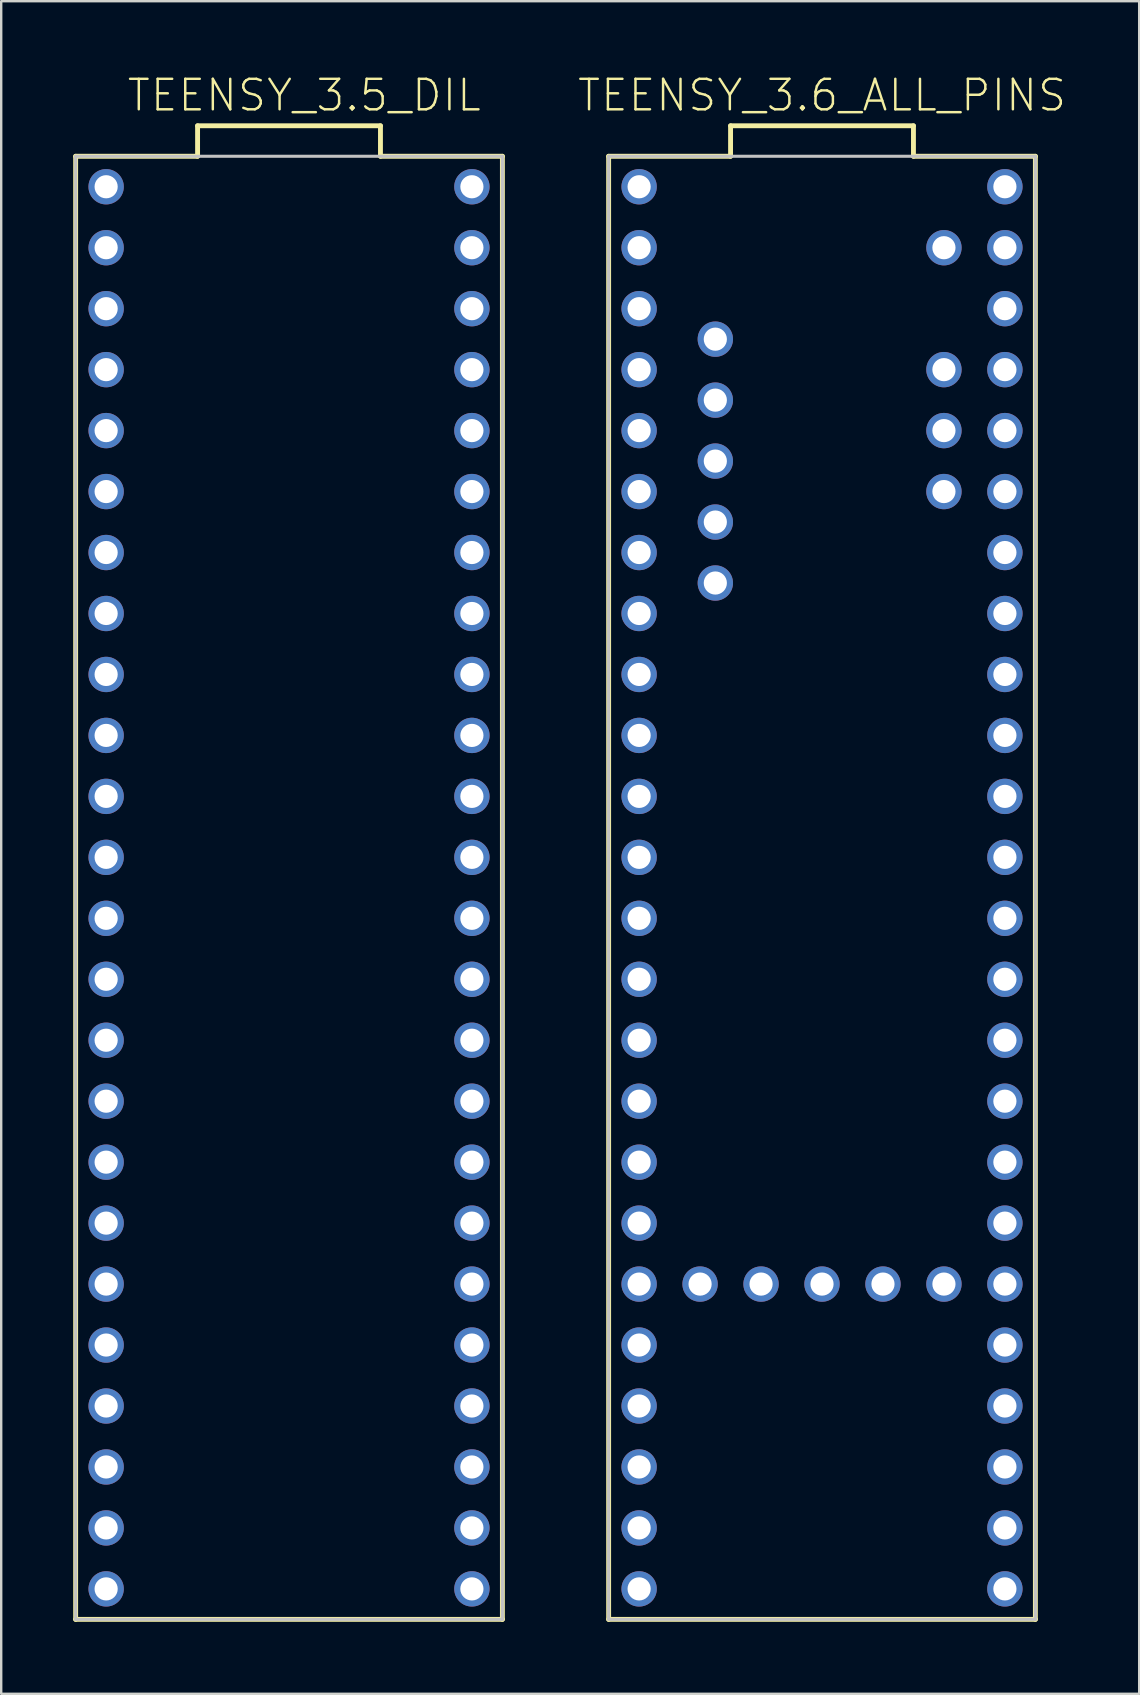
<source format=kicad_pcb>
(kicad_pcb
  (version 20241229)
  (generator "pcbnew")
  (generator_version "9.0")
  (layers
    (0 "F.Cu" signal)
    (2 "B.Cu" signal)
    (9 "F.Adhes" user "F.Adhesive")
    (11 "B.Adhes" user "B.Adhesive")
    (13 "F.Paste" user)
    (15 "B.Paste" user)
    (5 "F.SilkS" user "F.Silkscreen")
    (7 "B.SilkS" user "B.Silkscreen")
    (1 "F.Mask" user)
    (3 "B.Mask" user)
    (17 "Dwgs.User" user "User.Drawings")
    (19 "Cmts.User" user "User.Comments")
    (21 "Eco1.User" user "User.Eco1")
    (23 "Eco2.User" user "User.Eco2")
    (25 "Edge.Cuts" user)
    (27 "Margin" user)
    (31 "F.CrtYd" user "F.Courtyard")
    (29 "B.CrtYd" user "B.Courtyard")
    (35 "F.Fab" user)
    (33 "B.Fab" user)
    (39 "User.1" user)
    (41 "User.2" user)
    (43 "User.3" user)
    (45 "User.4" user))
  (footprint "TEENSY_3.6_ALL_PINS"
    (layer "F.Cu")
    (at 31.199 32.671)
    (property "Reference" "TEENSY_3.6_ALL_PINS" (at 0 -31.75 0) (layer "F.SilkS") (effects (font (size 1.27 1.27) (thickness 0.102))))
    (attr exclude_from_pos_files exclude_from_bom)
    (fp_line (start -8.89 -29.21) (end -3.81 -29.21) (stroke (width 0.203) (type solid)) (layer "F.SilkS"))
    (fp_line (start -8.89 31.75) (end -8.89 -29.21) (stroke (width 0.203) (type solid)) (layer "F.SilkS"))
    (fp_line (start -3.81 -30.48) (end 3.81 -30.48) (stroke (width 0.203) (type solid)) (layer "F.SilkS"))
    (fp_line (start -3.81 -29.21) (end -3.81 -30.48) (stroke (width 0.203) (type solid)) (layer "F.SilkS"))
    (fp_line (start 3.81 -30.48) (end 3.81 -29.21) (stroke (width 0.203) (type solid)) (layer "F.SilkS"))
    (fp_line (start 3.81 -29.21) (end 8.89 -29.21) (stroke (width 0.203) (type solid)) (layer "F.SilkS"))
    (fp_line (start 8.89 -29.21) (end 8.89 31.75) (stroke (width 0.203) (type solid)) (layer "F.SilkS"))
    (fp_line (start 8.89 31.75) (end -8.89 31.75) (stroke (width 0.203) (type solid)) (layer "F.SilkS"))
    (fp_line (start -8.89 -29.21) (end 8.89 -29.21) (stroke (width 0.127) (type solid)) (layer "Dwgs.User"))
    (fp_line (start -8.89 31.75) (end -8.89 -29.21) (stroke (width 0.127) (type solid)) (layer "Dwgs.User"))
    (fp_line (start 8.89 -29.21) (end 8.89 31.75) (stroke (width 0.127) (type solid)) (layer "Dwgs.User"))
    (fp_line (start 8.89 31.75) (end -8.89 31.75) (stroke (width 0.127) (type solid)) (layer "Dwgs.User"))
    (pad "0" thru_hole circle (at -7.62 -25.4) (size 1.473 1.473) (drill 0.965) (layers "*.Cu" "*.Paste" "*.Mask"))
    (pad "1" thru_hole circle (at -7.62 -22.86) (size 1.473 1.473) (drill 0.965) (layers "*.Cu" "*.Paste" "*.Mask"))
    (pad "2" thru_hole circle (at -7.62 -20.32) (size 1.473 1.473) (drill 0.965) (layers "*.Cu" "*.Paste" "*.Mask"))
    (pad "3" thru_hole circle (at -7.62 -17.78) (size 1.473 1.473) (drill 0.965) (layers "*.Cu" "*.Paste" "*.Mask"))
    (pad "3.3V" thru_hole circle (at 7.62 -22.86) (size 1.473 1.473) (drill 0.965) (layers "*.Cu" "*.Paste" "*.Mask"))
    (pad "3.3V3" thru_hole circle (at -7.62 7.62) (size 1.473 1.473) (drill 0.965) (layers "*.Cu" "*.Paste" "*.Mask"))
    (pad "3.3V4" thru_hole circle (at -2.54 17.78) (size 1.473 1.473) (drill 0.965) (layers "*.Cu" "*.Paste" "*.Mask"))
    (pad "4" thru_hole circle (at -7.62 -15.24) (size 1.473 1.473) (drill 0.965) (layers "*.Cu" "*.Paste" "*.Mask"))
    (pad "5" thru_hole circle (at -7.62 -12.7) (size 1.473 1.473) (drill 0.965) (layers "*.Cu" "*.Paste" "*.Mask"))
    (pad "6" thru_hole circle (at -7.62 -10.16) (size 1.473 1.473) (drill 0.965) (layers "*.Cu" "*.Paste" "*.Mask"))
    (pad "7" thru_hole circle (at -7.62 -7.62) (size 1.473 1.473) (drill 0.965) (layers "*.Cu" "*.Paste" "*.Mask"))
    (pad "8" thru_hole circle (at -7.62 -5.08) (size 1.473 1.473) (drill 0.965) (layers "*.Cu" "*.Paste" "*.Mask"))
    (pad "9" thru_hole circle (at -7.62 -2.54) (size 1.473 1.473) (drill 0.965) (layers "*.Cu" "*.Paste" "*.Mask"))
    (pad "10" thru_hole circle (at -7.62 0) (size 1.473 1.473) (drill 0.965) (layers "*.Cu" "*.Paste" "*.Mask"))
    (pad "11" thru_hole circle (at -7.62 2.54) (size 1.473 1.473) (drill 0.965) (layers "*.Cu" "*.Paste" "*.Mask"))
    (pad "12" thru_hole circle (at -7.62 5.08) (size 1.473 1.473) (drill 0.965) (layers "*.Cu" "*.Paste" "*.Mask"))
    (pad "13" thru_hole circle (at 7.62 5.08) (size 1.473 1.473) (drill 0.965) (layers "*.Cu" "*.Paste" "*.Mask"))
    (pad "14/A0" thru_hole circle (at 7.62 2.54) (size 1.473 1.473) (drill 0.965) (layers "*.Cu" "*.Paste" "*.Mask"))
    (pad "15/A1" thru_hole circle (at 7.62 0) (size 1.473 1.473) (drill 0.965) (layers "*.Cu" "*.Paste" "*.Mask"))
    (pad "16/A2" thru_hole circle (at 7.62 -2.54) (size 1.473 1.473) (drill 0.965) (layers "*.Cu" "*.Paste" "*.Mask"))
    (pad "17/A3" thru_hole circle (at 7.62 -5.08) (size 1.473 1.473) (drill 0.965) (layers "*.Cu" "*.Paste" "*.Mask"))
    (pad "18/A4" thru_hole circle (at 7.62 -7.62) (size 1.473 1.473) (drill 0.965) (layers "*.Cu" "*.Paste" "*.Mask"))
    (pad "19/A5" thru_hole circle (at 7.62 -10.16) (size 1.473 1.473) (drill 0.965) (layers "*.Cu" "*.Paste" "*.Mask"))
    (pad "20/A6" thru_hole circle (at 7.62 -12.7) (size 1.473 1.473) (drill 0.965) (layers "*.Cu" "*.Paste" "*.Mask"))
    (pad "21/A7" thru_hole circle (at 7.62 -15.24) (size 1.473 1.473) (drill 0.965) (layers "*.Cu" "*.Paste" "*.Mask"))
    (pad "22/A8" thru_hole circle (at 7.62 -17.78) (size 1.473 1.473) (drill 0.965) (layers "*.Cu" "*.Paste" "*.Mask"))
    (pad "23/A9" thru_hole circle (at 7.62 -20.32) (size 1.473 1.473) (drill 0.965) (layers "*.Cu" "*.Paste" "*.Mask"))
    (pad "24" thru_hole circle (at -7.62 10.16) (size 1.473 1.473) (drill 0.965) (layers "*.Cu" "*.Paste" "*.Mask"))
    (pad "25" thru_hole circle (at -7.62 12.7) (size 1.473 1.473) (drill 0.965) (layers "*.Cu" "*.Paste" "*.Mask"))
    (pad "26" thru_hole circle (at -7.62 15.24) (size 1.473 1.473) (drill 0.965) (layers "*.Cu" "*.Paste" "*.Mask"))
    (pad "27" thru_hole circle (at -7.62 17.78) (size 1.473 1.473) (drill 0.965) (layers "*.Cu" "*.Paste" "*.Mask"))
    (pad "28" thru_hole circle (at -7.62 20.32) (size 1.473 1.473) (drill 0.965) (layers "*.Cu" "*.Paste" "*.Mask"))
    (pad "29" thru_hole circle (at -7.62 22.86) (size 1.473 1.473) (drill 0.965) (layers "*.Cu" "*.Paste" "*.Mask"))
    (pad "30" thru_hole circle (at -7.62 25.4) (size 1.473 1.473) (drill 0.965) (layers "*.Cu" "*.Paste" "*.Mask"))
    (pad "31/A12" thru_hole circle (at -7.62 27.94) (size 1.473 1.473) (drill 0.965) (layers "*.Cu" "*.Paste" "*.Mask"))
    (pad "32/A13" thru_hole circle (at -7.62 30.48) (size 1.473 1.473) (drill 0.965) (layers "*.Cu" "*.Paste" "*.Mask"))
    (pad "33/A14" thru_hole circle (at 7.62 30.48) (size 1.473 1.473) (drill 0.965) (layers "*.Cu" "*.Paste" "*.Mask"))
    (pad "34/A15" thru_hole circle (at 7.62 27.94) (size 1.473 1.473) (drill 0.965) (layers "*.Cu" "*.Paste" "*.Mask"))
    (pad "35/A16" thru_hole circle (at 7.62 25.4) (size 1.473 1.473) (drill 0.965) (layers "*.Cu" "*.Paste" "*.Mask"))
    (pad "36/A17" thru_hole circle (at 7.62 22.86) (size 1.473 1.473) (drill 0.965) (layers "*.Cu" "*.Paste" "*.Mask"))
    (pad "37/A18" thru_hole circle (at 7.62 20.32) (size 1.473 1.473) (drill 0.965) (layers "*.Cu" "*.Paste" "*.Mask"))
    (pad "38/A19" thru_hole circle (at 7.62 17.78) (size 1.473 1.473) (drill 0.965) (layers "*.Cu" "*.Paste" "*.Mask"))
    (pad "39/A20" thru_hole circle (at 7.62 15.24) (size 1.473 1.473) (drill 0.965) (layers "*.Cu" "*.Paste" "*.Mask"))
    (pad "A10" thru_hole circle (at 5.08 -17.78) (size 1.473 1.473) (drill 0.965) (layers "*.Cu" "*.Paste" "*.Mask"))
    (pad "A11" thru_hole circle (at 5.08 -15.24) (size 1.473 1.473) (drill 0.965) (layers "*.Cu" "*.Paste" "*.Mask"))
    (pad "A21" thru_hole circle (at 7.62 12.7) (size 1.473 1.473) (drill 0.965) (layers "*.Cu" "*.Paste" "*.Mask"))
    (pad "A22" thru_hole circle (at 7.62 10.16) (size 1.473 1.473) (drill 0.965) (layers "*.Cu" "*.Paste" "*.Mask"))
    (pad "AGND" thru_hole circle (at 7.62 -25.4) (size 1.473 1.473) (drill 0.965) (layers "*.Cu" "*.Paste" "*.Mask"))
    (pad "AREF" thru_hole circle (at 5.08 -20.32) (size 1.473 1.473) (drill 0.965) (layers "*.Cu" "*.Paste" "*.Mask"))
    (pad "D+" thru_hole circle (at -4.445 -16.51) (size 1.473 1.473) (drill 0.965) (layers "*.Cu" "*.Paste" "*.Mask"))
    (pad "D-" thru_hole circle (at -4.445 -19.05) (size 1.473 1.473) (drill 0.965) (layers "*.Cu" "*.Paste" "*.Mask"))
    (pad "GND" thru_hole circle (at -7.62 -27.94) (size 1.473 1.473) (drill 0.965) (layers "*.Cu" "*.Paste" "*.Mask"))
    (pad "GND1" thru_hole circle (at 7.62 7.62) (size 1.473 1.473) (drill 0.965) (layers "*.Cu" "*.Paste" "*.Mask"))
    (pad "GND3" thru_hole circle (at -4.445 -13.97) (size 1.473 1.473) (drill 0.965) (layers "*.Cu" "*.Paste" "*.Mask"))
    (pad "GND4" thru_hole circle (at -4.445 -11.43) (size 1.473 1.473) (drill 0.965) (layers "*.Cu" "*.Paste" "*.Mask"))
    (pad "GND6" thru_hole circle (at 0 17.78) (size 1.473 1.473) (drill 0.965) (layers "*.Cu" "*.Paste" "*.Mask"))
    (pad "PGM" thru_hole circle (at 2.54 17.78) (size 1.473 1.473) (drill 0.965) (layers "*.Cu" "*.Paste" "*.Mask"))
    (pad "RESET" thru_hole circle (at 5.08 17.78) (size 1.473 1.473) (drill 0.965) (layers "*.Cu" "*.Paste" "*.Mask"))
    (pad "VBAT" thru_hole circle (at -5.08 17.78) (size 1.473 1.473) (drill 0.965) (layers "*.Cu" "*.Paste" "*.Mask"))
    (pad "VIN" thru_hole circle (at 7.62 -27.94) (size 1.473 1.473) (drill 0.965) (layers "*.Cu" "*.Paste" "*.Mask"))
    (pad "VUSB" thru_hole circle (at 5.08 -25.4) (size 1.473 1.473) (drill 0.965) (layers "*.Cu" "*.Paste" "*.Mask"))
    (pad "VUSB1" thru_hole circle (at -4.445 -21.59) (size 1.473 1.473) (drill 0.965) (layers "*.Cu" "*.Paste" "*.Mask")))
  (footprint "TEENSY_3.5_DIL"
    (layer "F.Cu")
    (at 8.992 33.941)
    (property "Reference" "TEENSY_3.5_DIL" (at 0.635 -33.02 0) (layer "F.SilkS") (effects (font (size 1.27 1.27) (thickness 0.102))))
    (attr exclude_from_pos_files exclude_from_bom)
    (fp_line (start -8.89 -30.48) (end -3.81 -30.48) (stroke (width 0.203) (type solid)) (layer "F.SilkS"))
    (fp_line (start -8.89 30.48) (end -8.89 -30.48) (stroke (width 0.203) (type solid)) (layer "F.SilkS"))
    (fp_line (start -3.81 -31.75) (end 3.81 -31.75) (stroke (width 0.203) (type solid)) (layer "F.SilkS"))
    (fp_line (start -3.81 -30.48) (end -3.81 -31.75) (stroke (width 0.203) (type solid)) (layer "F.SilkS"))
    (fp_line (start 3.81 -31.75) (end 3.81 -30.48) (stroke (width 0.203) (type solid)) (layer "F.SilkS"))
    (fp_line (start 3.81 -30.48) (end 8.89 -30.48) (stroke (width 0.203) (type solid)) (layer "F.SilkS"))
    (fp_line (start 8.89 -30.48) (end 8.89 30.48) (stroke (width 0.203) (type solid)) (layer "F.SilkS"))
    (fp_line (start 8.89 30.48) (end -8.89 30.48) (stroke (width 0.203) (type solid)) (layer "F.SilkS"))
    (fp_line (start -8.89 -30.48) (end 8.89 -30.48) (stroke (width 0.127) (type solid)) (layer "Dwgs.User"))
    (fp_line (start -8.89 30.48) (end -8.89 -30.48) (stroke (width 0.127) (type solid)) (layer "Dwgs.User"))
    (fp_line (start 8.89 -30.48) (end 8.89 30.48) (stroke (width 0.127) (type solid)) (layer "Dwgs.User"))
    (fp_line (start 8.89 30.48) (end -8.89 30.48) (stroke (width 0.127) (type solid)) (layer "Dwgs.User"))
    (pad "0" thru_hole circle (at -7.62 -26.67) (size 1.473 1.473) (drill 0.965) (layers "*.Cu" "*.Paste" "*.Mask"))
    (pad "1" thru_hole circle (at -7.62 -24.13) (size 1.473 1.473) (drill 0.965) (layers "*.Cu" "*.Paste" "*.Mask"))
    (pad "2" thru_hole circle (at -7.62 -21.59) (size 1.473 1.473) (drill 0.965) (layers "*.Cu" "*.Paste" "*.Mask"))
    (pad "3" thru_hole circle (at -7.62 -19.05) (size 1.473 1.473) (drill 0.965) (layers "*.Cu" "*.Paste" "*.Mask"))
    (pad "3.3V" thru_hole circle (at 7.62 -24.13) (size 1.473 1.473) (drill 0.965) (layers "*.Cu" "*.Paste" "*.Mask"))
    (pad "3.3V3" thru_hole circle (at -7.62 6.35) (size 1.473 1.473) (drill 0.965) (layers "*.Cu" "*.Paste" "*.Mask"))
    (pad "4" thru_hole circle (at -7.62 -16.51) (size 1.473 1.473) (drill 0.965) (layers "*.Cu" "*.Paste" "*.Mask"))
    (pad "5" thru_hole circle (at -7.62 -13.97) (size 1.473 1.473) (drill 0.965) (layers "*.Cu" "*.Paste" "*.Mask"))
    (pad "6" thru_hole circle (at -7.62 -11.43) (size 1.473 1.473) (drill 0.965) (layers "*.Cu" "*.Paste" "*.Mask"))
    (pad "7" thru_hole circle (at -7.62 -8.89) (size 1.473 1.473) (drill 0.965) (layers "*.Cu" "*.Paste" "*.Mask"))
    (pad "8" thru_hole circle (at -7.62 -6.35) (size 1.473 1.473) (drill 0.965) (layers "*.Cu" "*.Paste" "*.Mask"))
    (pad "9" thru_hole circle (at -7.62 -3.81) (size 1.473 1.473) (drill 0.965) (layers "*.Cu" "*.Paste" "*.Mask"))
    (pad "10" thru_hole circle (at -7.62 -1.27) (size 1.473 1.473) (drill 0.965) (layers "*.Cu" "*.Paste" "*.Mask"))
    (pad "11" thru_hole circle (at -7.62 1.27) (size 1.473 1.473) (drill 0.965) (layers "*.Cu" "*.Paste" "*.Mask"))
    (pad "12" thru_hole circle (at -7.62 3.81) (size 1.473 1.473) (drill 0.965) (layers "*.Cu" "*.Paste" "*.Mask"))
    (pad "13" thru_hole circle (at 7.62 3.81) (size 1.473 1.473) (drill 0.965) (layers "*.Cu" "*.Paste" "*.Mask"))
    (pad "14/A0" thru_hole circle (at 7.62 1.27) (size 1.473 1.473) (drill 0.965) (layers "*.Cu" "*.Paste" "*.Mask"))
    (pad "15/A1" thru_hole circle (at 7.62 -1.27) (size 1.473 1.473) (drill 0.965) (layers "*.Cu" "*.Paste" "*.Mask"))
    (pad "16/A2" thru_hole circle (at 7.62 -3.81) (size 1.473 1.473) (drill 0.965) (layers "*.Cu" "*.Paste" "*.Mask"))
    (pad "17/A3" thru_hole circle (at 7.62 -6.35) (size 1.473 1.473) (drill 0.965) (layers "*.Cu" "*.Paste" "*.Mask"))
    (pad "18/A4" thru_hole circle (at 7.62 -8.89) (size 1.473 1.473) (drill 0.965) (layers "*.Cu" "*.Paste" "*.Mask"))
    (pad "19/A5" thru_hole circle (at 7.62 -11.43) (size 1.473 1.473) (drill 0.965) (layers "*.Cu" "*.Paste" "*.Mask"))
    (pad "20/A6" thru_hole circle (at 7.62 -13.97) (size 1.473 1.473) (drill 0.965) (layers "*.Cu" "*.Paste" "*.Mask"))
    (pad "21/A7" thru_hole circle (at 7.62 -16.51) (size 1.473 1.473) (drill 0.965) (layers "*.Cu" "*.Paste" "*.Mask"))
    (pad "22/A8" thru_hole circle (at 7.62 -19.05) (size 1.473 1.473) (drill 0.965) (layers "*.Cu" "*.Paste" "*.Mask"))
    (pad "23/A9" thru_hole circle (at 7.62 -21.59) (size 1.473 1.473) (drill 0.965) (layers "*.Cu" "*.Paste" "*.Mask"))
    (pad "24" thru_hole circle (at -7.62 8.89) (size 1.473 1.473) (drill 0.965) (layers "*.Cu" "*.Paste" "*.Mask"))
    (pad "25" thru_hole circle (at -7.62 11.43) (size 1.473 1.473) (drill 0.965) (layers "*.Cu" "*.Paste" "*.Mask"))
    (pad "26" thru_hole circle (at -7.62 13.97) (size 1.473 1.473) (drill 0.965) (layers "*.Cu" "*.Paste" "*.Mask"))
    (pad "27" thru_hole circle (at -7.62 16.51) (size 1.473 1.473) (drill 0.965) (layers "*.Cu" "*.Paste" "*.Mask"))
    (pad "28" thru_hole circle (at -7.62 19.05) (size 1.473 1.473) (drill 0.965) (layers "*.Cu" "*.Paste" "*.Mask"))
    (pad "29" thru_hole circle (at -7.62 21.59) (size 1.473 1.473) (drill 0.965) (layers "*.Cu" "*.Paste" "*.Mask"))
    (pad "30" thru_hole circle (at -7.62 24.13) (size 1.473 1.473) (drill 0.965) (layers "*.Cu" "*.Paste" "*.Mask"))
    (pad "31/A12" thru_hole circle (at -7.62 26.67) (size 1.473 1.473) (drill 0.965) (layers "*.Cu" "*.Paste" "*.Mask"))
    (pad "32/A13" thru_hole circle (at -7.62 29.21) (size 1.473 1.473) (drill 0.965) (layers "*.Cu" "*.Paste" "*.Mask"))
    (pad "33/A14" thru_hole circle (at 7.62 29.21) (size 1.473 1.473) (drill 0.965) (layers "*.Cu" "*.Paste" "*.Mask"))
    (pad "34/A15" thru_hole circle (at 7.62 26.67) (size 1.473 1.473) (drill 0.965) (layers "*.Cu" "*.Paste" "*.Mask"))
    (pad "35/A16" thru_hole circle (at 7.62 24.13) (size 1.473 1.473) (drill 0.965) (layers "*.Cu" "*.Paste" "*.Mask"))
    (pad "36/A17" thru_hole circle (at 7.62 21.59) (size 1.473 1.473) (drill 0.965) (layers "*.Cu" "*.Paste" "*.Mask"))
    (pad "37/A18" thru_hole circle (at 7.62 19.05) (size 1.473 1.473) (drill 0.965) (layers "*.Cu" "*.Paste" "*.Mask"))
    (pad "38/A19" thru_hole circle (at 7.62 16.51) (size 1.473 1.473) (drill 0.965) (layers "*.Cu" "*.Paste" "*.Mask"))
    (pad "39/A20" thru_hole circle (at 7.62 13.97) (size 1.473 1.473) (drill 0.965) (layers "*.Cu" "*.Paste" "*.Mask"))
    (pad "A21" thru_hole circle (at 7.62 11.43) (size 1.473 1.473) (drill 0.965) (layers "*.Cu" "*.Paste" "*.Mask"))
    (pad "A22" thru_hole circle (at 7.62 8.89) (size 1.473 1.473) (drill 0.965) (layers "*.Cu" "*.Paste" "*.Mask"))
    (pad "AGND" thru_hole circle (at 7.62 -26.67) (size 1.473 1.473) (drill 0.965) (layers "*.Cu" "*.Paste" "*.Mask"))
    (pad "GND" thru_hole circle (at -7.62 -29.21) (size 1.473 1.473) (drill 0.965) (layers "*.Cu" "*.Paste" "*.Mask"))
    (pad "GND1" thru_hole circle (at 7.62 6.35) (size 1.473 1.473) (drill 0.965) (layers "*.Cu" "*.Paste" "*.Mask"))
    (pad "VIN" thru_hole circle (at 7.62 -29.21) (size 1.473 1.473) (drill 0.965) (layers "*.Cu" "*.Paste" "*.Mask")))
  (gr_rect
    (start -3 -3)
    (end 44.414 67.523)
    (stroke (width 0.1) (type default))
    (fill no)
    (layer "Edge.Cuts")))
</source>
